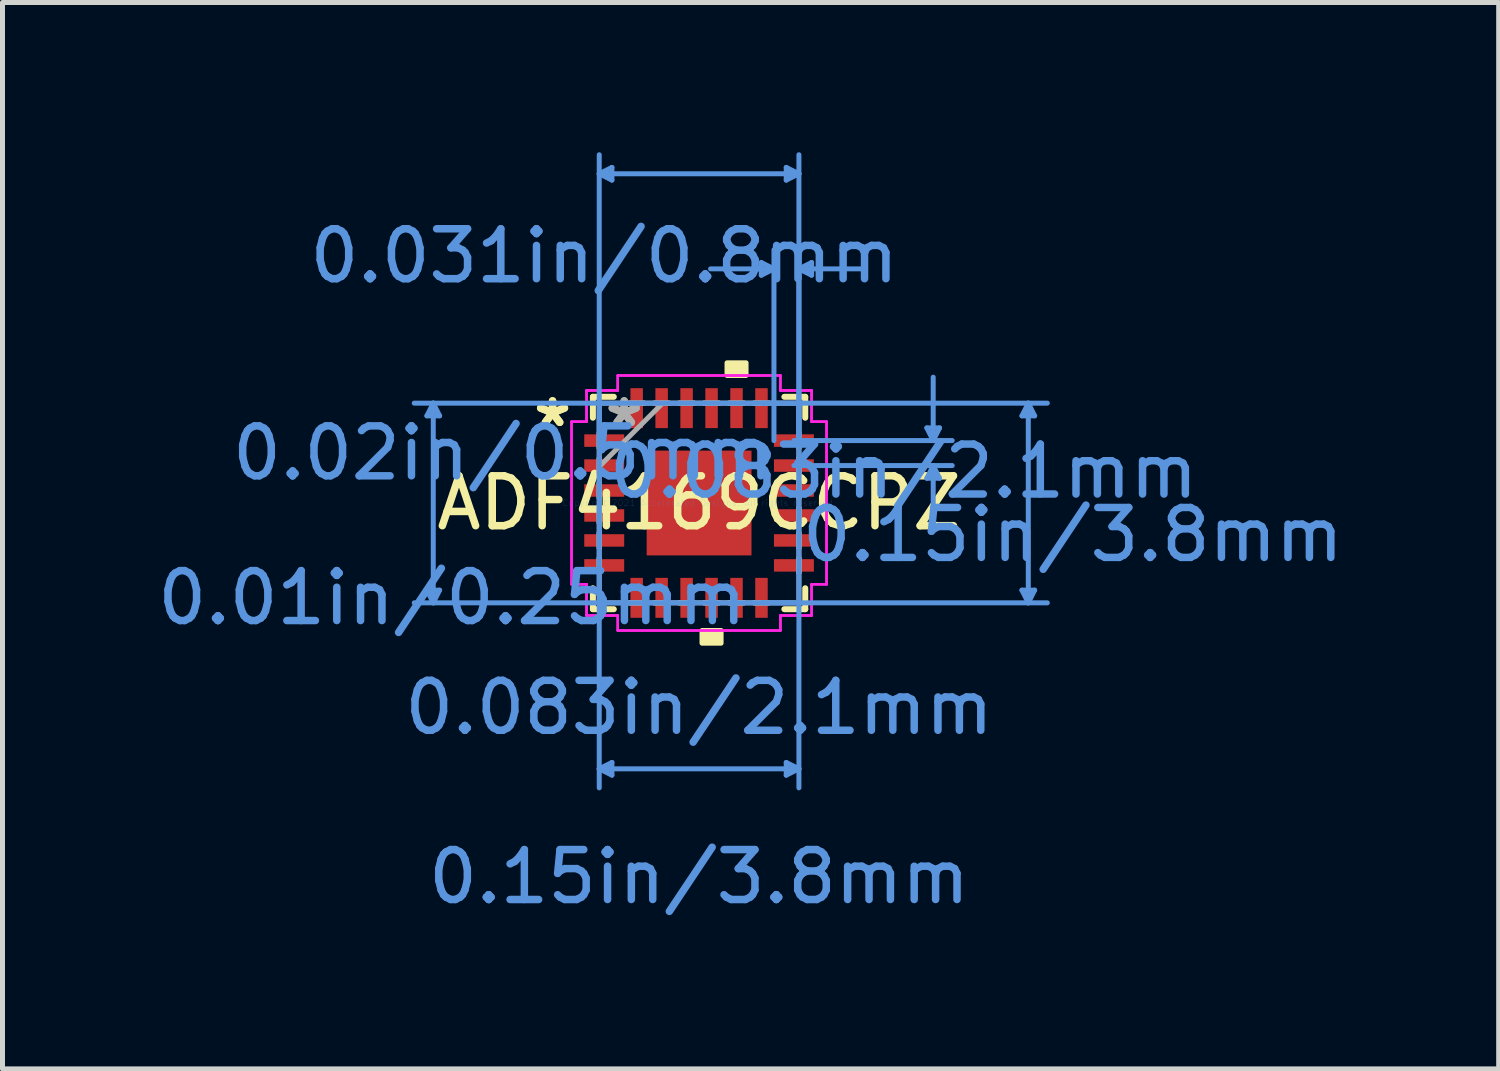
<source format=kicad_pcb>
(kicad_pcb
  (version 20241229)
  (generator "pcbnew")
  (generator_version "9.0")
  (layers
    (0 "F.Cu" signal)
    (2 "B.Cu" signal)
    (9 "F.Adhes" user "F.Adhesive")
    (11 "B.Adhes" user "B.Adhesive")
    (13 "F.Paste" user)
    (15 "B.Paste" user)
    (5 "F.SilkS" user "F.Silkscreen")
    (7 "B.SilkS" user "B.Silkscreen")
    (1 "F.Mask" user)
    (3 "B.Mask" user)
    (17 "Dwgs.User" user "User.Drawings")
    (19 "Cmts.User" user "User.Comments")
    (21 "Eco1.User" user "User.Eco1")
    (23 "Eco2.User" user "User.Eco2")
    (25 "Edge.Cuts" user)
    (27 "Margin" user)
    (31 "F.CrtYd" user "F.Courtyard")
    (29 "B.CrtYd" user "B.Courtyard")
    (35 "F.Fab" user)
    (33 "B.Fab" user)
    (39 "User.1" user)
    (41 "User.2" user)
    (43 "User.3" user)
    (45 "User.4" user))
  (footprint "ADF4169CCPZ"
    (layer "F.Cu")
    (at 10.954 7.026)
    (property "Reference" "ADF4169CCPZ" (at 0 0 0) (layer "F.SilkS") (effects (font (size 1 1) (thickness 0.15))))
    (attr through_hole)
    (fp_line (start -2.127 -2.127) (end -2.127 -1.708) (stroke (width 0.12) (type solid)) (layer "F.SilkS"))
    (fp_line (start -2.127 1.708) (end -2.127 2.127) (stroke (width 0.12) (type solid)) (layer "F.SilkS"))
    (fp_line (start -2.127 2.127) (end -1.708 2.127) (stroke (width 0.12) (type solid)) (layer "F.SilkS"))
    (fp_line (start -1.708 -2.127) (end -2.127 -2.127) (stroke (width 0.12) (type solid)) (layer "F.SilkS"))
    (fp_line (start 1.708 2.127) (end 2.127 2.127) (stroke (width 0.12) (type solid)) (layer "F.SilkS"))
    (fp_line (start 2.127 -2.127) (end 1.708 -2.127) (stroke (width 0.12) (type solid)) (layer "F.SilkS"))
    (fp_line (start 2.127 -1.708) (end 2.127 -2.127) (stroke (width 0.12) (type solid)) (layer "F.SilkS"))
    (fp_line (start 2.127 2.127) (end 2.127 1.708) (stroke (width 0.12) (type solid)) (layer "F.SilkS"))
    (fp_poly (pts (xy 0.059 2.554) (xy 0.059 2.808) (xy 0.441 2.808) (xy 0.441 2.554)) (stroke (width 0.1) (type solid)) (fill yes) (layer "F.SilkS"))
    (fp_poly (pts (xy 0.56 -2.554) (xy 0.56 -2.808) (xy 0.941 -2.808) (xy 0.941 -2.554)) (stroke (width 0.1) (type solid)) (fill yes) (layer "F.SilkS"))
    (fp_line (start -5.452 -1.746) (end -5.198 -1.746) (stroke (width 0.1) (type solid)) (layer "Cmts.User"))
    (fp_line (start -5.452 1.746) (end -5.198 1.746) (stroke (width 0.1) (type solid)) (layer "Cmts.User"))
    (fp_line (start -5.325 -2) (end -5.452 -1.746) (stroke (width 0.1) (type solid)) (layer "Cmts.User"))
    (fp_line (start -5.325 -2) (end -5.325 2) (stroke (width 0.1) (type solid)) (layer "Cmts.User"))
    (fp_line (start -5.325 -2) (end -5.198 -1.746) (stroke (width 0.1) (type solid)) (layer "Cmts.User"))
    (fp_line (start -5.325 2) (end -5.452 1.746) (stroke (width 0.1) (type solid)) (layer "Cmts.User"))
    (fp_line (start -5.325 2) (end -5.198 1.746) (stroke (width 0.1) (type solid)) (layer "Cmts.User"))
    (fp_line (start -2 -6.595) (end -1.746 -6.722) (stroke (width 0.1) (type solid)) (layer "Cmts.User"))
    (fp_line (start -2 -6.595) (end -1.746 -6.468) (stroke (width 0.1) (type solid)) (layer "Cmts.User"))
    (fp_line (start -2 -6.595) (end 2 -6.595) (stroke (width 0.1) (type solid)) (layer "Cmts.User"))
    (fp_line (start -2 -2) (end -2 5.706) (stroke (width 0.1) (type solid)) (layer "Cmts.User"))
    (fp_line (start -2 -1.25) (end -2 -6.976) (stroke (width 0.1) (type solid)) (layer "Cmts.User"))
    (fp_line (start -2 5.325) (end -1.746 5.198) (stroke (width 0.1) (type solid)) (layer "Cmts.User"))
    (fp_line (start -2 5.325) (end -1.746 5.452) (stroke (width 0.1) (type solid)) (layer "Cmts.User"))
    (fp_line (start -2 5.325) (end 2 5.325) (stroke (width 0.1) (type solid)) (layer "Cmts.User"))
    (fp_line (start -1.746 -6.722) (end -1.746 -6.468) (stroke (width 0.1) (type solid)) (layer "Cmts.User"))
    (fp_line (start -1.746 5.198) (end -1.746 5.452) (stroke (width 0.1) (type solid)) (layer "Cmts.User"))
    (fp_line (start 1.246 -4.817) (end 1.246 -4.563) (stroke (width 0.1) (type solid)) (layer "Cmts.User"))
    (fp_line (start 1.25 -2) (end 6.976 -2) (stroke (width 0.1) (type solid)) (layer "Cmts.User"))
    (fp_line (start 1.25 2) (end 6.976 2) (stroke (width 0.1) (type solid)) (layer "Cmts.User"))
    (fp_line (start 1.5 -4.69) (end 0.23 -4.69) (stroke (width 0.1) (type solid)) (layer "Cmts.User"))
    (fp_line (start 1.5 -4.69) (end 1.246 -4.817) (stroke (width 0.1) (type solid)) (layer "Cmts.User"))
    (fp_line (start 1.5 -4.69) (end 1.246 -4.563) (stroke (width 0.1) (type solid)) (layer "Cmts.User"))
    (fp_line (start 1.5 -1.25) (end 1.5 -5.071) (stroke (width 0.1) (type solid)) (layer "Cmts.User"))
    (fp_line (start 1.746 -6.722) (end 1.746 -6.468) (stroke (width 0.1) (type solid)) (layer "Cmts.User"))
    (fp_line (start 1.746 5.198) (end 1.746 5.452) (stroke (width 0.1) (type solid)) (layer "Cmts.User"))
    (fp_line (start 1.9 -1.25) (end 5.071 -1.25) (stroke (width 0.1) (type solid)) (layer "Cmts.User"))
    (fp_line (start 1.9 -0.75) (end 5.071 -0.75) (stroke (width 0.1) (type solid)) (layer "Cmts.User"))
    (fp_line (start 2 -6.595) (end 1.746 -6.722) (stroke (width 0.1) (type solid)) (layer "Cmts.User"))
    (fp_line (start 2 -6.595) (end 1.746 -6.468) (stroke (width 0.1) (type solid)) (layer "Cmts.User"))
    (fp_line (start 2 -4.69) (end 2.254 -4.817) (stroke (width 0.1) (type solid)) (layer "Cmts.User"))
    (fp_line (start 2 -4.69) (end 2.254 -4.563) (stroke (width 0.1) (type solid)) (layer "Cmts.User"))
    (fp_line (start 2 -4.69) (end 3.27 -4.69) (stroke (width 0.1) (type solid)) (layer "Cmts.User"))
    (fp_line (start 2 -2) (end -5.706 -2) (stroke (width 0.1) (type solid)) (layer "Cmts.User"))
    (fp_line (start 2 -2) (end 2 5.706) (stroke (width 0.1) (type solid)) (layer "Cmts.User"))
    (fp_line (start 2 -1.25) (end 2 -6.976) (stroke (width 0.1) (type solid)) (layer "Cmts.User"))
    (fp_line (start 2 -1.25) (end 2 -5.071) (stroke (width 0.1) (type solid)) (layer "Cmts.User"))
    (fp_line (start 2 2) (end -5.706 2) (stroke (width 0.1) (type solid)) (layer "Cmts.User"))
    (fp_line (start 2 5.325) (end 1.746 5.198) (stroke (width 0.1) (type solid)) (layer "Cmts.User"))
    (fp_line (start 2 5.325) (end 1.746 5.452) (stroke (width 0.1) (type solid)) (layer "Cmts.User"))
    (fp_line (start 2.254 -4.817) (end 2.254 -4.563) (stroke (width 0.1) (type solid)) (layer "Cmts.User"))
    (fp_line (start 4.563 -1.504) (end 4.817 -1.504) (stroke (width 0.1) (type solid)) (layer "Cmts.User"))
    (fp_line (start 4.563 -0.496) (end 4.817 -0.496) (stroke (width 0.1) (type solid)) (layer "Cmts.User"))
    (fp_line (start 4.69 -1.25) (end 4.563 -1.504) (stroke (width 0.1) (type solid)) (layer "Cmts.User"))
    (fp_line (start 4.69 -1.25) (end 4.69 -2.52) (stroke (width 0.1) (type solid)) (layer "Cmts.User"))
    (fp_line (start 4.69 -1.25) (end 4.817 -1.504) (stroke (width 0.1) (type solid)) (layer "Cmts.User"))
    (fp_line (start 4.69 -0.75) (end 4.563 -0.496) (stroke (width 0.1) (type solid)) (layer "Cmts.User"))
    (fp_line (start 4.69 -0.75) (end 4.69 0.52) (stroke (width 0.1) (type solid)) (layer "Cmts.User"))
    (fp_line (start 4.69 -0.75) (end 4.817 -0.496) (stroke (width 0.1) (type solid)) (layer "Cmts.User"))
    (fp_line (start 6.468 -1.746) (end 6.722 -1.746) (stroke (width 0.1) (type solid)) (layer "Cmts.User"))
    (fp_line (start 6.468 1.746) (end 6.722 1.746) (stroke (width 0.1) (type solid)) (layer "Cmts.User"))
    (fp_line (start 6.595 -2) (end 6.468 -1.746) (stroke (width 0.1) (type solid)) (layer "Cmts.User"))
    (fp_line (start 6.595 -2) (end 6.595 2) (stroke (width 0.1) (type solid)) (layer "Cmts.User"))
    (fp_line (start 6.595 -2) (end 6.722 -1.746) (stroke (width 0.1) (type solid)) (layer "Cmts.User"))
    (fp_line (start 6.595 2) (end 6.468 1.746) (stroke (width 0.1) (type solid)) (layer "Cmts.User"))
    (fp_line (start 6.595 2) (end 6.722 1.746) (stroke (width 0.1) (type solid)) (layer "Cmts.User"))
    (fp_line (start -2.554 -1.629) (end -2.254 -1.629) (stroke (width 0.05) (type solid)) (layer "F.CrtYd"))
    (fp_line (start -2.554 -1.629) (end -2.254 -1.629) (stroke (width 0.05) (type solid)) (layer "F.CrtYd"))
    (fp_line (start -2.554 1.629) (end -2.554 -1.629) (stroke (width 0.05) (type solid)) (layer "F.CrtYd"))
    (fp_line (start -2.554 1.629) (end -2.554 -1.629) (stroke (width 0.05) (type solid)) (layer "F.CrtYd"))
    (fp_line (start -2.254 -2.254) (end -1.629 -2.254) (stroke (width 0.05) (type solid)) (layer "F.CrtYd"))
    (fp_line (start -2.254 -2.254) (end -1.629 -2.254) (stroke (width 0.05) (type solid)) (layer "F.CrtYd"))
    (fp_line (start -2.254 -1.629) (end -2.254 -2.254) (stroke (width 0.05) (type solid)) (layer "F.CrtYd"))
    (fp_line (start -2.254 -1.629) (end -2.254 -2.254) (stroke (width 0.05) (type solid)) (layer "F.CrtYd"))
    (fp_line (start -2.254 1.629) (end -2.554 1.629) (stroke (width 0.05) (type solid)) (layer "F.CrtYd"))
    (fp_line (start -2.254 1.629) (end -2.554 1.629) (stroke (width 0.05) (type solid)) (layer "F.CrtYd"))
    (fp_line (start -2.254 2.254) (end -2.254 1.629) (stroke (width 0.05) (type solid)) (layer "F.CrtYd"))
    (fp_line (start -2.254 2.254) (end -2.254 1.629) (stroke (width 0.05) (type solid)) (layer "F.CrtYd"))
    (fp_line (start -1.629 -2.554) (end 1.629 -2.554) (stroke (width 0.05) (type solid)) (layer "F.CrtYd"))
    (fp_line (start -1.629 -2.554) (end 1.629 -2.554) (stroke (width 0.05) (type solid)) (layer "F.CrtYd"))
    (fp_line (start -1.629 -2.254) (end -1.629 -2.554) (stroke (width 0.05) (type solid)) (layer "F.CrtYd"))
    (fp_line (start -1.629 -2.254) (end -1.629 -2.554) (stroke (width 0.05) (type solid)) (layer "F.CrtYd"))
    (fp_line (start -1.629 2.254) (end -2.254 2.254) (stroke (width 0.05) (type solid)) (layer "F.CrtYd"))
    (fp_line (start -1.629 2.254) (end -2.254 2.254) (stroke (width 0.05) (type solid)) (layer "F.CrtYd"))
    (fp_line (start -1.629 2.554) (end -1.629 2.254) (stroke (width 0.05) (type solid)) (layer "F.CrtYd"))
    (fp_line (start -1.629 2.554) (end -1.629 2.254) (stroke (width 0.05) (type solid)) (layer "F.CrtYd"))
    (fp_line (start 1.629 -2.554) (end 1.629 -2.254) (stroke (width 0.05) (type solid)) (layer "F.CrtYd"))
    (fp_line (start 1.629 -2.554) (end 1.629 -2.254) (stroke (width 0.05) (type solid)) (layer "F.CrtYd"))
    (fp_line (start 1.629 -2.254) (end 2.254 -2.254) (stroke (width 0.05) (type solid)) (layer "F.CrtYd"))
    (fp_line (start 1.629 -2.254) (end 2.254 -2.254) (stroke (width 0.05) (type solid)) (layer "F.CrtYd"))
    (fp_line (start 1.629 2.254) (end 1.629 2.554) (stroke (width 0.05) (type solid)) (layer "F.CrtYd"))
    (fp_line (start 1.629 2.254) (end 1.629 2.554) (stroke (width 0.05) (type solid)) (layer "F.CrtYd"))
    (fp_line (start 1.629 2.554) (end -1.629 2.554) (stroke (width 0.05) (type solid)) (layer "F.CrtYd"))
    (fp_line (start 1.629 2.554) (end -1.629 2.554) (stroke (width 0.05) (type solid)) (layer "F.CrtYd"))
    (fp_line (start 2.254 -2.254) (end 2.254 -1.629) (stroke (width 0.05) (type solid)) (layer "F.CrtYd"))
    (fp_line (start 2.254 -2.254) (end 2.254 -1.629) (stroke (width 0.05) (type solid)) (layer "F.CrtYd"))
    (fp_line (start 2.254 -1.629) (end 2.554 -1.629) (stroke (width 0.05) (type solid)) (layer "F.CrtYd"))
    (fp_line (start 2.254 -1.629) (end 2.554 -1.629) (stroke (width 0.05) (type solid)) (layer "F.CrtYd"))
    (fp_line (start 2.254 1.629) (end 2.254 2.254) (stroke (width 0.05) (type solid)) (layer "F.CrtYd"))
    (fp_line (start 2.254 1.629) (end 2.254 2.254) (stroke (width 0.05) (type solid)) (layer "F.CrtYd"))
    (fp_line (start 2.254 2.254) (end 1.629 2.254) (stroke (width 0.05) (type solid)) (layer "F.CrtYd"))
    (fp_line (start 2.254 2.254) (end 1.629 2.254) (stroke (width 0.05) (type solid)) (layer "F.CrtYd"))
    (fp_line (start 2.554 -1.629) (end 2.554 1.629) (stroke (width 0.05) (type solid)) (layer "F.CrtYd"))
    (fp_line (start 2.554 -1.629) (end 2.554 1.629) (stroke (width 0.05) (type solid)) (layer "F.CrtYd"))
    (fp_line (start 2.554 1.629) (end 2.254 1.629) (stroke (width 0.05) (type solid)) (layer "F.CrtYd"))
    (fp_line (start 2.554 1.629) (end 2.254 1.629) (stroke (width 0.05) (type solid)) (layer "F.CrtYd"))
    (fp_line (start -2 -2) (end -2 -2) (stroke (width 0.1) (type solid)) (layer "F.Fab"))
    (fp_line (start -2 -2) (end -2 2) (stroke (width 0.1) (type solid)) (layer "F.Fab"))
    (fp_line (start -2 -1.4) (end -2 -1.4) (stroke (width 0.1) (type solid)) (layer "F.Fab"))
    (fp_line (start -2 -1.4) (end -2 -1.1) (stroke (width 0.1) (type solid)) (layer "F.Fab"))
    (fp_line (start -2 -1.1) (end -2 -1.4) (stroke (width 0.1) (type solid)) (layer "F.Fab"))
    (fp_line (start -2 -1.1) (end -2 -1.1) (stroke (width 0.1) (type solid)) (layer "F.Fab"))
    (fp_line (start -2 -0.9) (end -2 -0.9) (stroke (width 0.1) (type solid)) (layer "F.Fab"))
    (fp_line (start -2 -0.9) (end -2 -0.6) (stroke (width 0.1) (type solid)) (layer "F.Fab"))
    (fp_line (start -2 -0.73) (end -0.73 -2) (stroke (width 0.1) (type solid)) (layer "F.Fab"))
    (fp_line (start -2 -0.6) (end -2 -0.9) (stroke (width 0.1) (type solid)) (layer "F.Fab"))
    (fp_line (start -2 -0.6) (end -2 -0.6) (stroke (width 0.1) (type solid)) (layer "F.Fab"))
    (fp_line (start -2 -0.4) (end -2 -0.4) (stroke (width 0.1) (type solid)) (layer "F.Fab"))
    (fp_line (start -2 -0.4) (end -2 -0.1) (stroke (width 0.1) (type solid)) (layer "F.Fab"))
    (fp_line (start -2 -0.1) (end -2 -0.4) (stroke (width 0.1) (type solid)) (layer "F.Fab"))
    (fp_line (start -2 -0.1) (end -2 -0.1) (stroke (width 0.1) (type solid)) (layer "F.Fab"))
    (fp_line (start -2 0.1) (end -2 0.1) (stroke (width 0.1) (type solid)) (layer "F.Fab"))
    (fp_line (start -2 0.1) (end -2 0.4) (stroke (width 0.1) (type solid)) (layer "F.Fab"))
    (fp_line (start -2 0.4) (end -2 0.1) (stroke (width 0.1) (type solid)) (layer "F.Fab"))
    (fp_line (start -2 0.4) (end -2 0.4) (stroke (width 0.1) (type solid)) (layer "F.Fab"))
    (fp_line (start -2 0.6) (end -2 0.6) (stroke (width 0.1) (type solid)) (layer "F.Fab"))
    (fp_line (start -2 0.6) (end -2 0.9) (stroke (width 0.1) (type solid)) (layer "F.Fab"))
    (fp_line (start -2 0.9) (end -2 0.6) (stroke (width 0.1) (type solid)) (layer "F.Fab"))
    (fp_line (start -2 0.9) (end -2 0.9) (stroke (width 0.1) (type solid)) (layer "F.Fab"))
    (fp_line (start -2 1.1) (end -2 1.1) (stroke (width 0.1) (type solid)) (layer "F.Fab"))
    (fp_line (start -2 1.1) (end -2 1.4) (stroke (width 0.1) (type solid)) (layer "F.Fab"))
    (fp_line (start -2 1.4) (end -2 1.1) (stroke (width 0.1) (type solid)) (layer "F.Fab"))
    (fp_line (start -2 1.4) (end -2 1.4) (stroke (width 0.1) (type solid)) (layer "F.Fab"))
    (fp_line (start -2 2) (end -2 2) (stroke (width 0.1) (type solid)) (layer "F.Fab"))
    (fp_line (start -2 2) (end 2 2) (stroke (width 0.1) (type solid)) (layer "F.Fab"))
    (fp_line (start -1.4 -2) (end -1.4 -2) (stroke (width 0.1) (type solid)) (layer "F.Fab"))
    (fp_line (start -1.4 -2) (end -1.1 -2) (stroke (width 0.1) (type solid)) (layer "F.Fab"))
    (fp_line (start -1.4 2) (end -1.4 2) (stroke (width 0.1) (type solid)) (layer "F.Fab"))
    (fp_line (start -1.4 2) (end -1.1 2) (stroke (width 0.1) (type solid)) (layer "F.Fab"))
    (fp_line (start -1.1 -2) (end -1.4 -2) (stroke (width 0.1) (type solid)) (layer "F.Fab"))
    (fp_line (start -1.1 -2) (end -1.1 -2) (stroke (width 0.1) (type solid)) (layer "F.Fab"))
    (fp_line (start -1.1 2) (end -1.4 2) (stroke (width 0.1) (type solid)) (layer "F.Fab"))
    (fp_line (start -1.1 2) (end -1.1 2) (stroke (width 0.1) (type solid)) (layer "F.Fab"))
    (fp_line (start -0.9 -2) (end -0.9 -2) (stroke (width 0.1) (type solid)) (layer "F.Fab"))
    (fp_line (start -0.9 -2) (end -0.6 -2) (stroke (width 0.1) (type solid)) (layer "F.Fab"))
    (fp_line (start -0.9 2) (end -0.9 2) (stroke (width 0.1) (type solid)) (layer "F.Fab"))
    (fp_line (start -0.9 2) (end -0.6 2) (stroke (width 0.1) (type solid)) (layer "F.Fab"))
    (fp_line (start -0.6 -2) (end -0.9 -2) (stroke (width 0.1) (type solid)) (layer "F.Fab"))
    (fp_line (start -0.6 -2) (end -0.6 -2) (stroke (width 0.1) (type solid)) (layer "F.Fab"))
    (fp_line (start -0.6 2) (end -0.9 2) (stroke (width 0.1) (type solid)) (layer "F.Fab"))
    (fp_line (start -0.6 2) (end -0.6 2) (stroke (width 0.1) (type solid)) (layer "F.Fab"))
    (fp_line (start -0.4 -2) (end -0.4 -2) (stroke (width 0.1) (type solid)) (layer "F.Fab"))
    (fp_line (start -0.4 -2) (end -0.1 -2) (stroke (width 0.1) (type solid)) (layer "F.Fab"))
    (fp_line (start -0.4 2) (end -0.4 2) (stroke (width 0.1) (type solid)) (layer "F.Fab"))
    (fp_line (start -0.4 2) (end -0.1 2) (stroke (width 0.1) (type solid)) (layer "F.Fab"))
    (fp_line (start -0.1 -2) (end -0.4 -2) (stroke (width 0.1) (type solid)) (layer "F.Fab"))
    (fp_line (start -0.1 -2) (end -0.1 -2) (stroke (width 0.1) (type solid)) (layer "F.Fab"))
    (fp_line (start -0.1 2) (end -0.4 2) (stroke (width 0.1) (type solid)) (layer "F.Fab"))
    (fp_line (start -0.1 2) (end -0.1 2) (stroke (width 0.1) (type solid)) (layer "F.Fab"))
    (fp_line (start 0.1 -2) (end 0.1 -2) (stroke (width 0.1) (type solid)) (layer "F.Fab"))
    (fp_line (start 0.1 -2) (end 0.4 -2) (stroke (width 0.1) (type solid)) (layer "F.Fab"))
    (fp_line (start 0.1 2) (end 0.1 2) (stroke (width 0.1) (type solid)) (layer "F.Fab"))
    (fp_line (start 0.1 2) (end 0.4 2) (stroke (width 0.1) (type solid)) (layer "F.Fab"))
    (fp_line (start 0.4 -2) (end 0.1 -2) (stroke (width 0.1) (type solid)) (layer "F.Fab"))
    (fp_line (start 0.4 -2) (end 0.4 -2) (stroke (width 0.1) (type solid)) (layer "F.Fab"))
    (fp_line (start 0.4 2) (end 0.1 2) (stroke (width 0.1) (type solid)) (layer "F.Fab"))
    (fp_line (start 0.4 2) (end 0.4 2) (stroke (width 0.1) (type solid)) (layer "F.Fab"))
    (fp_line (start 0.6 -2) (end 0.6 -2) (stroke (width 0.1) (type solid)) (layer "F.Fab"))
    (fp_line (start 0.6 -2) (end 0.9 -2) (stroke (width 0.1) (type solid)) (layer "F.Fab"))
    (fp_line (start 0.6 2) (end 0.6 2) (stroke (width 0.1) (type solid)) (layer "F.Fab"))
    (fp_line (start 0.6 2) (end 0.9 2) (stroke (width 0.1) (type solid)) (layer "F.Fab"))
    (fp_line (start 0.9 -2) (end 0.6 -2) (stroke (width 0.1) (type solid)) (layer "F.Fab"))
    (fp_line (start 0.9 -2) (end 0.9 -2) (stroke (width 0.1) (type solid)) (layer "F.Fab"))
    (fp_line (start 0.9 2) (end 0.6 2) (stroke (width 0.1) (type solid)) (layer "F.Fab"))
    (fp_line (start 0.9 2) (end 0.9 2) (stroke (width 0.1) (type solid)) (layer "F.Fab"))
    (fp_line (start 1.1 -2) (end 1.1 -2) (stroke (width 0.1) (type solid)) (layer "F.Fab"))
    (fp_line (start 1.1 -2) (end 1.4 -2) (stroke (width 0.1) (type solid)) (layer "F.Fab"))
    (fp_line (start 1.1 2) (end 1.1 2) (stroke (width 0.1) (type solid)) (layer "F.Fab"))
    (fp_line (start 1.1 2) (end 1.4 2) (stroke (width 0.1) (type solid)) (layer "F.Fab"))
    (fp_line (start 1.4 -2) (end 1.1 -2) (stroke (width 0.1) (type solid)) (layer "F.Fab"))
    (fp_line (start 1.4 -2) (end 1.4 -2) (stroke (width 0.1) (type solid)) (layer "F.Fab"))
    (fp_line (start 1.4 2) (end 1.1 2) (stroke (width 0.1) (type solid)) (layer "F.Fab"))
    (fp_line (start 1.4 2) (end 1.4 2) (stroke (width 0.1) (type solid)) (layer "F.Fab"))
    (fp_line (start 2 -2) (end -2 -2) (stroke (width 0.1) (type solid)) (layer "F.Fab"))
    (fp_line (start 2 -2) (end 2 -2) (stroke (width 0.1) (type solid)) (layer "F.Fab"))
    (fp_line (start 2 -1.4) (end 2 -1.4) (stroke (width 0.1) (type solid)) (layer "F.Fab"))
    (fp_line (start 2 -1.4) (end 2 -1.1) (stroke (width 0.1) (type solid)) (layer "F.Fab"))
    (fp_line (start 2 -1.1) (end 2 -1.4) (stroke (width 0.1) (type solid)) (layer "F.Fab"))
    (fp_line (start 2 -1.1) (end 2 -1.1) (stroke (width 0.1) (type solid)) (layer "F.Fab"))
    (fp_line (start 2 -0.9) (end 2 -0.9) (stroke (width 0.1) (type solid)) (layer "F.Fab"))
    (fp_line (start 2 -0.9) (end 2 -0.6) (stroke (width 0.1) (type solid)) (layer "F.Fab"))
    (fp_line (start 2 -0.6) (end 2 -0.9) (stroke (width 0.1) (type solid)) (layer "F.Fab"))
    (fp_line (start 2 -0.6) (end 2 -0.6) (stroke (width 0.1) (type solid)) (layer "F.Fab"))
    (fp_line (start 2 -0.4) (end 2 -0.4) (stroke (width 0.1) (type solid)) (layer "F.Fab"))
    (fp_line (start 2 -0.4) (end 2 -0.1) (stroke (width 0.1) (type solid)) (layer "F.Fab"))
    (fp_line (start 2 -0.1) (end 2 -0.4) (stroke (width 0.1) (type solid)) (layer "F.Fab"))
    (fp_line (start 2 -0.1) (end 2 -0.1) (stroke (width 0.1) (type solid)) (layer "F.Fab"))
    (fp_line (start 2 0.1) (end 2 0.1) (stroke (width 0.1) (type solid)) (layer "F.Fab"))
    (fp_line (start 2 0.1) (end 2 0.4) (stroke (width 0.1) (type solid)) (layer "F.Fab"))
    (fp_line (start 2 0.4) (end 2 0.1) (stroke (width 0.1) (type solid)) (layer "F.Fab"))
    (fp_line (start 2 0.4) (end 2 0.4) (stroke (width 0.1) (type solid)) (layer "F.Fab"))
    (fp_line (start 2 0.6) (end 2 0.6) (stroke (width 0.1) (type solid)) (layer "F.Fab"))
    (fp_line (start 2 0.6) (end 2 0.9) (stroke (width 0.1) (type solid)) (layer "F.Fab"))
    (fp_line (start 2 0.9) (end 2 0.6) (stroke (width 0.1) (type solid)) (layer "F.Fab"))
    (fp_line (start 2 0.9) (end 2 0.9) (stroke (width 0.1) (type solid)) (layer "F.Fab"))
    (fp_line (start 2 1.1) (end 2 1.1) (stroke (width 0.1) (type solid)) (layer "F.Fab"))
    (fp_line (start 2 1.1) (end 2 1.4) (stroke (width 0.1) (type solid)) (layer "F.Fab"))
    (fp_line (start 2 1.4) (end 2 1.1) (stroke (width 0.1) (type solid)) (layer "F.Fab"))
    (fp_line (start 2 1.4) (end 2 1.4) (stroke (width 0.1) (type solid)) (layer "F.Fab"))
    (fp_line (start 2 2) (end 2 -2) (stroke (width 0.1) (type solid)) (layer "F.Fab"))
    (fp_line (start 2 2) (end 2 2) (stroke (width 0.1) (type solid)) (layer "F.Fab"))
    (fp_text user "*" (at -2.935 -1.5 0) (layer "F.SilkS") (effects (font (size 1 1) (thickness 0.15))))
    (fp_text user "*" (at -2.935 -1.5 0) (layer "F.SilkS") (effects (font (size 1 1) (thickness 0.15))))
    (fp_text user "0.02in/0.5mm" (at -3.928 -1 0) (layer "Cmts.User") (effects (font (size 1 1) (thickness 0.15))))
    (fp_text user "0.083in/2.1mm" (at 0 4.098 0) (layer "Cmts.User") (effects (font (size 1 1) (thickness 0.15))))
    (fp_text user "0.15in/3.8mm" (at 7.488 0.635 0) (layer "Cmts.User") (effects (font (size 1 1) (thickness 0.15))))
    (fp_text user "0.01in/0.25mm" (at -4.948 1.9 0) (layer "Cmts.User") (effects (font (size 1 1) (thickness 0.15))))
    (fp_text user "0.083in/2.1mm" (at 4.098 -0.635 0) (layer "Cmts.User") (effects (font (size 1 1) (thickness 0.15))))
    (fp_text user "0.031in/0.8mm" (at -1.9 -4.948 0) (layer "Cmts.User") (effects (font (size 1 1) (thickness 0.15))))
    (fp_text user "0.15in/3.8mm" (at 0 7.488 0) (layer "Cmts.User") (effects (font (size 1 1) (thickness 0.15))))
    (fp_text user "Copyright 2021 Accelerated Designs. All rights reserved." (at 0 0 0) (layer "Cmts.User") (effects (font (size 0.127 0.127) (thickness 0.002))))
    (fp_text user "*" (at -1.5 -1.5 0) (layer "F.Fab") (effects (font (size 1 1) (thickness 0.15))))
    (fp_text user "*" (at -1.5 -1.5 0) (layer "F.Fab") (effects (font (size 1 1) (thickness 0.15))))
    (pad "1" smd rect (at -1.9 -1.25 90) (size 0.25 0.8) (layers "F.Cu" "F.Mask" "F.Paste"))
    (pad "2" smd rect (at -1.9 -0.75 90) (size 0.25 0.8) (layers "F.Cu" "F.Mask" "F.Paste"))
    (pad "3" smd rect (at -1.9 -0.25 90) (size 0.25 0.8) (layers "F.Cu" "F.Mask" "F.Paste"))
    (pad "4" smd rect (at -1.9 0.25 90) (size 0.25 0.8) (layers "F.Cu" "F.Mask" "F.Paste"))
    (pad "5" smd rect (at -1.9 0.75 90) (size 0.25 0.8) (layers "F.Cu" "F.Mask" "F.Paste"))
    (pad "6" smd rect (at -1.9 1.25 90) (size 0.25 0.8) (layers "F.Cu" "F.Mask" "F.Paste"))
    (pad "7" smd rect (at -1.25 1.9) (size 0.25 0.8) (layers "F.Cu" "F.Mask" "F.Paste"))
    (pad "8" smd rect (at -0.75 1.9) (size 0.25 0.8) (layers "F.Cu" "F.Mask" "F.Paste"))
    (pad "9" smd rect (at -0.25 1.9) (size 0.25 0.8) (layers "F.Cu" "F.Mask" "F.Paste"))
    (pad "10" smd rect (at 0.25 1.9) (size 0.25 0.8) (layers "F.Cu" "F.Mask" "F.Paste"))
    (pad "11" smd rect (at 0.75 1.9) (size 0.25 0.8) (layers "F.Cu" "F.Mask" "F.Paste"))
    (pad "12" smd rect (at 1.25 1.9) (size 0.25 0.8) (layers "F.Cu" "F.Mask" "F.Paste"))
    (pad "13" smd rect (at 1.9 1.25 90) (size 0.25 0.8) (layers "F.Cu" "F.Mask" "F.Paste"))
    (pad "14" smd rect (at 1.9 0.75 90) (size 0.25 0.8) (layers "F.Cu" "F.Mask" "F.Paste"))
    (pad "15" smd rect (at 1.9 0.25 90) (size 0.25 0.8) (layers "F.Cu" "F.Mask" "F.Paste"))
    (pad "16" smd rect (at 1.9 -0.25 90) (size 0.25 0.8) (layers "F.Cu" "F.Mask" "F.Paste"))
    (pad "17" smd rect (at 1.9 -0.75 90) (size 0.25 0.8) (layers "F.Cu" "F.Mask" "F.Paste"))
    (pad "18" smd rect (at 1.9 -1.25 90) (size 0.25 0.8) (layers "F.Cu" "F.Mask" "F.Paste"))
    (pad "19" smd rect (at 1.25 -1.9) (size 0.25 0.8) (layers "F.Cu" "F.Mask" "F.Paste"))
    (pad "20" smd rect (at 0.75 -1.9) (size 0.25 0.8) (layers "F.Cu" "F.Mask" "F.Paste"))
    (pad "21" smd rect (at 0.25 -1.9) (size 0.25 0.8) (layers "F.Cu" "F.Mask" "F.Paste"))
    (pad "22" smd rect (at -0.25 -1.9) (size 0.25 0.8) (layers "F.Cu" "F.Mask" "F.Paste"))
    (pad "23" smd rect (at -0.75 -1.9) (size 0.25 0.8) (layers "F.Cu" "F.Mask" "F.Paste"))
    (pad "24" smd rect (at -1.25 -1.9) (size 0.25 0.8) (layers "F.Cu" "F.Mask" "F.Paste"))
    (pad "25" smd rect (at 0 0) (size 2.1 2.1) (layers "F.Cu" "F.Mask" "F.Paste")))
  (gr_rect
    (start -3 -3)
    (end 26.972 18.362)
    (stroke (width 0.1) (type default))
    (fill no)
    (layer "Edge.Cuts")))
</source>
